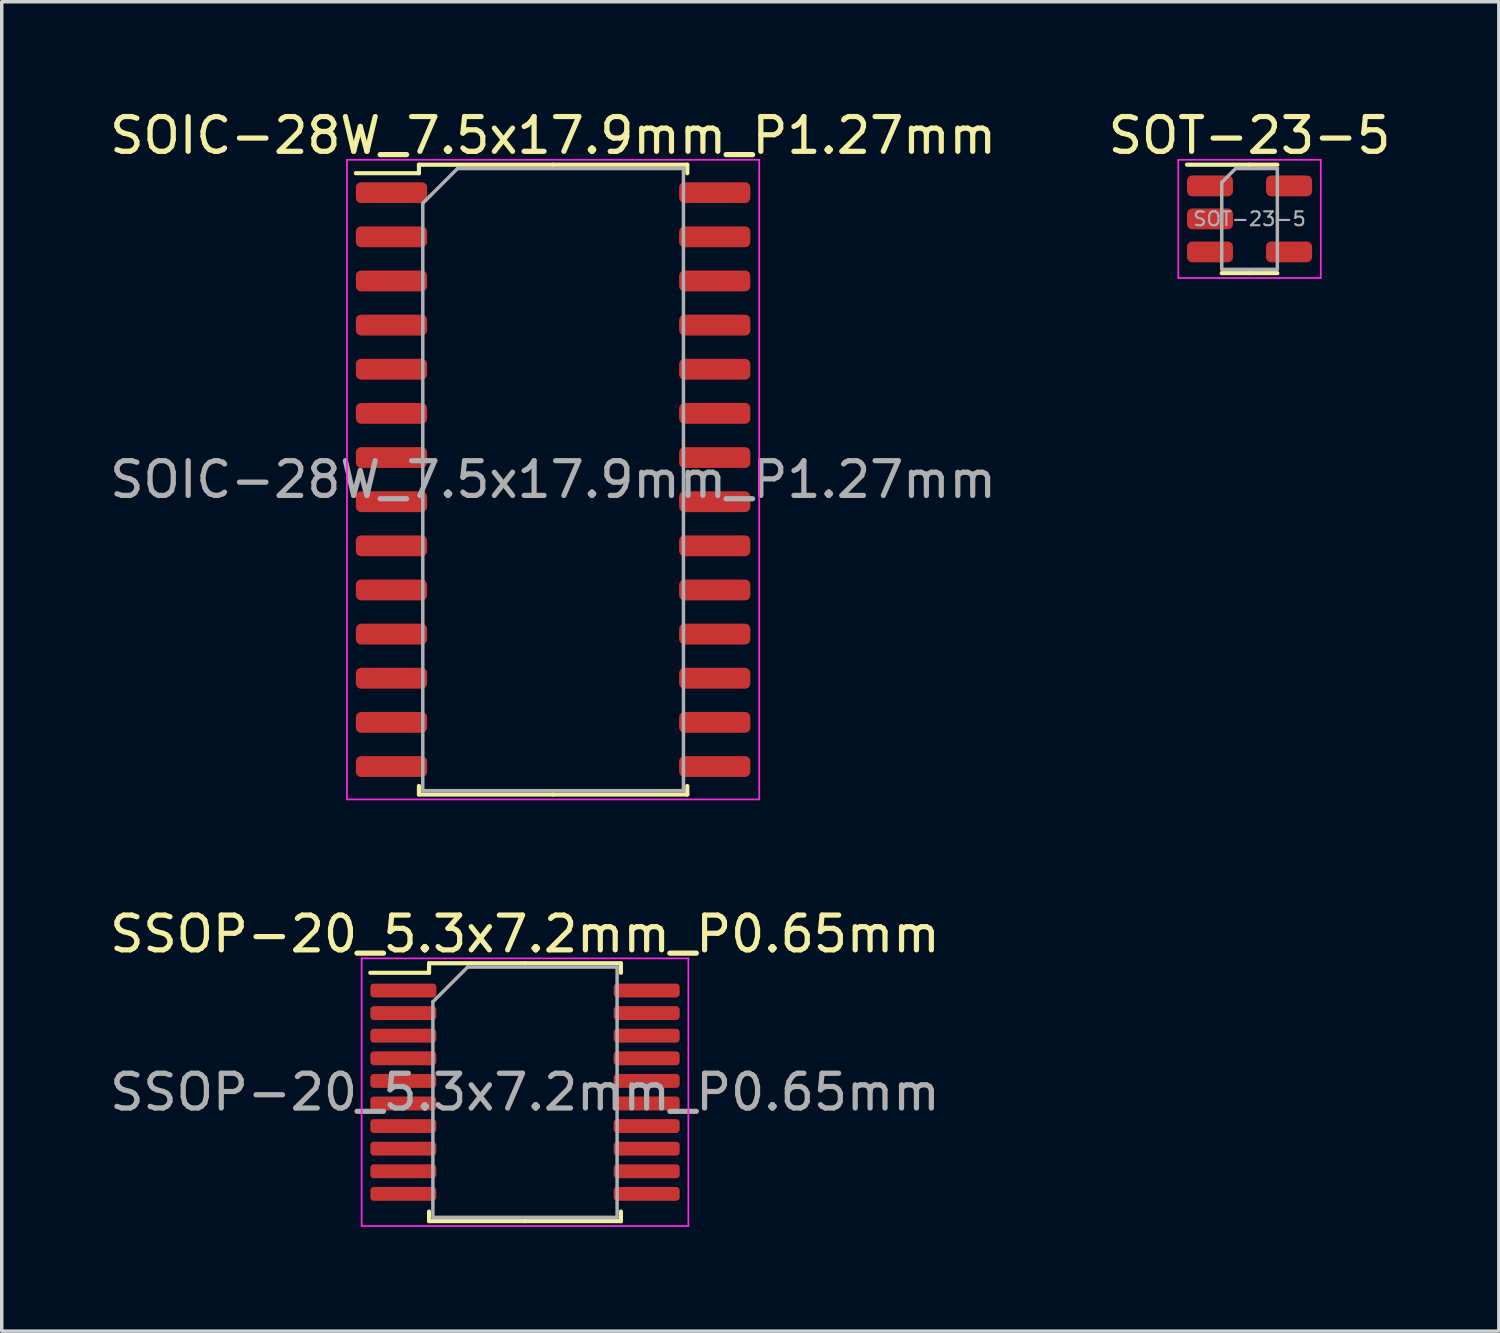
<source format=kicad_pcb>
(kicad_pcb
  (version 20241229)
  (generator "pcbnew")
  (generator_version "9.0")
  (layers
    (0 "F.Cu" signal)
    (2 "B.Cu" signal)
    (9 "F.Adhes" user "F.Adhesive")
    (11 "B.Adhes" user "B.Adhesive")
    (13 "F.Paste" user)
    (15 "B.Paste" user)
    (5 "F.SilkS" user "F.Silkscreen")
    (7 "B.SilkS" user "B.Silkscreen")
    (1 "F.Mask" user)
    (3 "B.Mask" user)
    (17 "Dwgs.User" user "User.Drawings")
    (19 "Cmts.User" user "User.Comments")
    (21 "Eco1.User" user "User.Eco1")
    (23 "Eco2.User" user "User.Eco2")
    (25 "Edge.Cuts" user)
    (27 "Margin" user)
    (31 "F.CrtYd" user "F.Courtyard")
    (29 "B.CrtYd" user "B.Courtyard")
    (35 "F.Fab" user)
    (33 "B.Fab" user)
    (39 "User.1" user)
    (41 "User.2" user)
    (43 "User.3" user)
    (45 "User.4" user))
  (footprint "SSOP-20_5.3x7.2mm_P0.65mm"
    (layer "F.Cu")
    (at 12.054 28.372)
    (property "Reference" "SSOP-20_5.3x7.2mm_P0.65mm" (at 0 -4.55 0) (layer "F.SilkS") (effects (font (size 1 1) (thickness 0.15))))
    (attr smd)
    (fp_line (start -2.76 -3.71) (end -2.76 -3.435) (stroke (width 0.12) (type solid)) (layer "F.SilkS"))
    (fp_line (start -2.76 -3.435) (end -4.45 -3.435) (stroke (width 0.12) (type solid)) (layer "F.SilkS"))
    (fp_line (start -2.76 3.71) (end -2.76 3.435) (stroke (width 0.12) (type solid)) (layer "F.SilkS"))
    (fp_line (start 0 -3.71) (end -2.76 -3.71) (stroke (width 0.12) (type solid)) (layer "F.SilkS"))
    (fp_line (start 0 -3.71) (end 2.76 -3.71) (stroke (width 0.12) (type solid)) (layer "F.SilkS"))
    (fp_line (start 0 3.71) (end -2.76 3.71) (stroke (width 0.12) (type solid)) (layer "F.SilkS"))
    (fp_line (start 0 3.71) (end 2.76 3.71) (stroke (width 0.12) (type solid)) (layer "F.SilkS"))
    (fp_line (start 2.76 -3.71) (end 2.76 -3.435) (stroke (width 0.12) (type solid)) (layer "F.SilkS"))
    (fp_line (start 2.76 3.71) (end 2.76 3.435) (stroke (width 0.12) (type solid)) (layer "F.SilkS"))
    (fp_line (start -4.7 -3.85) (end -4.7 3.85) (stroke (width 0.05) (type solid)) (layer "F.CrtYd"))
    (fp_line (start -4.7 3.85) (end 4.7 3.85) (stroke (width 0.05) (type solid)) (layer "F.CrtYd"))
    (fp_line (start 4.7 -3.85) (end -4.7 -3.85) (stroke (width 0.05) (type solid)) (layer "F.CrtYd"))
    (fp_line (start 4.7 3.85) (end 4.7 -3.85) (stroke (width 0.05) (type solid)) (layer "F.CrtYd"))
    (fp_line (start -2.65 -2.6) (end -1.65 -3.6) (stroke (width 0.1) (type solid)) (layer "F.Fab"))
    (fp_line (start -2.65 3.6) (end -2.65 -2.6) (stroke (width 0.1) (type solid)) (layer "F.Fab"))
    (fp_line (start -1.65 -3.6) (end 2.65 -3.6) (stroke (width 0.1) (type solid)) (layer "F.Fab"))
    (fp_line (start 2.65 -3.6) (end 2.65 3.6) (stroke (width 0.1) (type solid)) (layer "F.Fab"))
    (fp_line (start 2.65 3.6) (end -2.65 3.6) (stroke (width 0.1) (type solid)) (layer "F.Fab"))
    (fp_text user "${REFERENCE}" (at 0 0 0) (layer "F.Fab") (effects (font (size 1 1) (thickness 0.15))))
    (pad "1" smd roundrect (at -3.5 -2.925) (size 1.9 0.4) (layers "F.Cu" "F.Mask" "F.Paste") (roundrect_rratio 0.25))
    (pad "2" smd roundrect (at -3.5 -2.275) (size 1.9 0.4) (layers "F.Cu" "F.Mask" "F.Paste") (roundrect_rratio 0.25))
    (pad "3" smd roundrect (at -3.5 -1.625) (size 1.9 0.4) (layers "F.Cu" "F.Mask" "F.Paste") (roundrect_rratio 0.25))
    (pad "4" smd roundrect (at -3.5 -0.975) (size 1.9 0.4) (layers "F.Cu" "F.Mask" "F.Paste") (roundrect_rratio 0.25))
    (pad "5" smd roundrect (at -3.5 -0.325) (size 1.9 0.4) (layers "F.Cu" "F.Mask" "F.Paste") (roundrect_rratio 0.25))
    (pad "6" smd roundrect (at -3.5 0.325) (size 1.9 0.4) (layers "F.Cu" "F.Mask" "F.Paste") (roundrect_rratio 0.25))
    (pad "7" smd roundrect (at -3.5 0.975) (size 1.9 0.4) (layers "F.Cu" "F.Mask" "F.Paste") (roundrect_rratio 0.25))
    (pad "8" smd roundrect (at -3.5 1.625) (size 1.9 0.4) (layers "F.Cu" "F.Mask" "F.Paste") (roundrect_rratio 0.25))
    (pad "9" smd roundrect (at -3.5 2.275) (size 1.9 0.4) (layers "F.Cu" "F.Mask" "F.Paste") (roundrect_rratio 0.25))
    (pad "10" smd roundrect (at -3.5 2.925) (size 1.9 0.4) (layers "F.Cu" "F.Mask" "F.Paste") (roundrect_rratio 0.25))
    (pad "11" smd roundrect (at 3.5 2.925) (size 1.9 0.4) (layers "F.Cu" "F.Mask" "F.Paste") (roundrect_rratio 0.25))
    (pad "12" smd roundrect (at 3.5 2.275) (size 1.9 0.4) (layers "F.Cu" "F.Mask" "F.Paste") (roundrect_rratio 0.25))
    (pad "13" smd roundrect (at 3.5 1.625) (size 1.9 0.4) (layers "F.Cu" "F.Mask" "F.Paste") (roundrect_rratio 0.25))
    (pad "14" smd roundrect (at 3.5 0.975) (size 1.9 0.4) (layers "F.Cu" "F.Mask" "F.Paste") (roundrect_rratio 0.25))
    (pad "15" smd roundrect (at 3.5 0.325) (size 1.9 0.4) (layers "F.Cu" "F.Mask" "F.Paste") (roundrect_rratio 0.25))
    (pad "16" smd roundrect (at 3.5 -0.325) (size 1.9 0.4) (layers "F.Cu" "F.Mask" "F.Paste") (roundrect_rratio 0.25))
    (pad "17" smd roundrect (at 3.5 -0.975) (size 1.9 0.4) (layers "F.Cu" "F.Mask" "F.Paste") (roundrect_rratio 0.25))
    (pad "18" smd roundrect (at 3.5 -1.625) (size 1.9 0.4) (layers "F.Cu" "F.Mask" "F.Paste") (roundrect_rratio 0.25))
    (pad "19" smd roundrect (at 3.5 -2.275) (size 1.9 0.4) (layers "F.Cu" "F.Mask" "F.Paste") (roundrect_rratio 0.25))
    (pad "20" smd roundrect (at 3.5 -2.925) (size 1.9 0.4) (layers "F.Cu" "F.Mask" "F.Paste") (roundrect_rratio 0.25)))
  (footprint "SOT-23-5"
    (layer "F.Cu")
    (at 32.899 3.248)
    (property "Reference" "SOT-23-5" (at 0 -2.4 0) (layer "F.SilkS") (effects (font (size 1 1) (thickness 0.15))))
    (attr smd)
    (fp_line (start 0 -1.56) (end -1.8 -1.56) (stroke (width 0.12) (type solid)) (layer "F.SilkS"))
    (fp_line (start 0 -1.56) (end 0.8 -1.56) (stroke (width 0.12) (type solid)) (layer "F.SilkS"))
    (fp_line (start 0 1.56) (end -0.8 1.56) (stroke (width 0.12) (type solid)) (layer "F.SilkS"))
    (fp_line (start 0 1.56) (end 0.8 1.56) (stroke (width 0.12) (type solid)) (layer "F.SilkS"))
    (fp_line (start -2.05 -1.7) (end -2.05 1.7) (stroke (width 0.05) (type solid)) (layer "F.CrtYd"))
    (fp_line (start -2.05 1.7) (end 2.05 1.7) (stroke (width 0.05) (type solid)) (layer "F.CrtYd"))
    (fp_line (start 2.05 -1.7) (end -2.05 -1.7) (stroke (width 0.05) (type solid)) (layer "F.CrtYd"))
    (fp_line (start 2.05 1.7) (end 2.05 -1.7) (stroke (width 0.05) (type solid)) (layer "F.CrtYd"))
    (fp_line (start -0.8 -1.05) (end -0.4 -1.45) (stroke (width 0.1) (type solid)) (layer "F.Fab"))
    (fp_line (start -0.8 1.45) (end -0.8 -1.05) (stroke (width 0.1) (type solid)) (layer "F.Fab"))
    (fp_line (start -0.4 -1.45) (end 0.8 -1.45) (stroke (width 0.1) (type solid)) (layer "F.Fab"))
    (fp_line (start 0.8 -1.45) (end 0.8 1.45) (stroke (width 0.1) (type solid)) (layer "F.Fab"))
    (fp_line (start 0.8 1.45) (end -0.8 1.45) (stroke (width 0.1) (type solid)) (layer "F.Fab"))
    (fp_text user "${REFERENCE}" (at 0 0 0) (layer "F.Fab") (effects (font (size 0.4 0.4) (thickness 0.06))))
    (pad "1" smd roundrect (at -1.137 -0.95) (size 1.325 0.6) (layers "F.Cu" "F.Mask" "F.Paste") (roundrect_rratio 0.25))
    (pad "2" smd roundrect (at -1.137 0) (size 1.325 0.6) (layers "F.Cu" "F.Mask" "F.Paste") (roundrect_rratio 0.25))
    (pad "3" smd roundrect (at -1.137 0.95) (size 1.325 0.6) (layers "F.Cu" "F.Mask" "F.Paste") (roundrect_rratio 0.25))
    (pad "4" smd roundrect (at 1.137 0.95) (size 1.325 0.6) (layers "F.Cu" "F.Mask" "F.Paste") (roundrect_rratio 0.25))
    (pad "5" smd roundrect (at 1.137 -0.95) (size 1.325 0.6) (layers "F.Cu" "F.Mask" "F.Paste") (roundrect_rratio 0.25)))
  (footprint "SOIC-28W_7.5x17.9mm_P1.27mm"
    (layer "F.Cu")
    (at 12.863 10.748)
    (property "Reference" "SOIC-28W_7.5x17.9mm_P1.27mm" (at 0 -9.9 0) (layer "F.SilkS") (effects (font (size 1 1) (thickness 0.15))))
    (attr smd)
    (fp_line (start -3.86 -9.06) (end -3.86 -8.815) (stroke (width 0.12) (type solid)) (layer "F.SilkS"))
    (fp_line (start -3.86 -8.815) (end -5.675 -8.815) (stroke (width 0.12) (type solid)) (layer "F.SilkS"))
    (fp_line (start -3.86 9.06) (end -3.86 8.815) (stroke (width 0.12) (type solid)) (layer "F.SilkS"))
    (fp_line (start 0 -9.06) (end -3.86 -9.06) (stroke (width 0.12) (type solid)) (layer "F.SilkS"))
    (fp_line (start 0 -9.06) (end 3.86 -9.06) (stroke (width 0.12) (type solid)) (layer "F.SilkS"))
    (fp_line (start 0 9.06) (end -3.86 9.06) (stroke (width 0.12) (type solid)) (layer "F.SilkS"))
    (fp_line (start 0 9.06) (end 3.86 9.06) (stroke (width 0.12) (type solid)) (layer "F.SilkS"))
    (fp_line (start 3.86 -9.06) (end 3.86 -8.815) (stroke (width 0.12) (type solid)) (layer "F.SilkS"))
    (fp_line (start 3.86 9.06) (end 3.86 8.815) (stroke (width 0.12) (type solid)) (layer "F.SilkS"))
    (fp_line (start -5.93 -9.2) (end -5.93 9.2) (stroke (width 0.05) (type solid)) (layer "F.CrtYd"))
    (fp_line (start -5.93 9.2) (end 5.93 9.2) (stroke (width 0.05) (type solid)) (layer "F.CrtYd"))
    (fp_line (start 5.93 -9.2) (end -5.93 -9.2) (stroke (width 0.05) (type solid)) (layer "F.CrtYd"))
    (fp_line (start 5.93 9.2) (end 5.93 -9.2) (stroke (width 0.05) (type solid)) (layer "F.CrtYd"))
    (fp_line (start -3.75 -7.95) (end -2.75 -8.95) (stroke (width 0.1) (type solid)) (layer "F.Fab"))
    (fp_line (start -3.75 8.95) (end -3.75 -7.95) (stroke (width 0.1) (type solid)) (layer "F.Fab"))
    (fp_line (start -2.75 -8.95) (end 3.75 -8.95) (stroke (width 0.1) (type solid)) (layer "F.Fab"))
    (fp_line (start 3.75 -8.95) (end 3.75 8.95) (stroke (width 0.1) (type solid)) (layer "F.Fab"))
    (fp_line (start 3.75 8.95) (end -3.75 8.95) (stroke (width 0.1) (type solid)) (layer "F.Fab"))
    (fp_text user "${REFERENCE}" (at 0 0 0) (layer "F.Fab") (effects (font (size 1 1) (thickness 0.15))))
    (pad "1" smd roundrect (at -4.65 -8.255) (size 2.05 0.6) (layers "F.Cu" "F.Mask" "F.Paste") (roundrect_rratio 0.25))
    (pad "2" smd roundrect (at -4.65 -6.985) (size 2.05 0.6) (layers "F.Cu" "F.Mask" "F.Paste") (roundrect_rratio 0.25))
    (pad "3" smd roundrect (at -4.65 -5.715) (size 2.05 0.6) (layers "F.Cu" "F.Mask" "F.Paste") (roundrect_rratio 0.25))
    (pad "4" smd roundrect (at -4.65 -4.445) (size 2.05 0.6) (layers "F.Cu" "F.Mask" "F.Paste") (roundrect_rratio 0.25))
    (pad "5" smd roundrect (at -4.65 -3.175) (size 2.05 0.6) (layers "F.Cu" "F.Mask" "F.Paste") (roundrect_rratio 0.25))
    (pad "6" smd roundrect (at -4.65 -1.905) (size 2.05 0.6) (layers "F.Cu" "F.Mask" "F.Paste") (roundrect_rratio 0.25))
    (pad "7" smd roundrect (at -4.65 -0.635) (size 2.05 0.6) (layers "F.Cu" "F.Mask" "F.Paste") (roundrect_rratio 0.25))
    (pad "8" smd roundrect (at -4.65 0.635) (size 2.05 0.6) (layers "F.Cu" "F.Mask" "F.Paste") (roundrect_rratio 0.25))
    (pad "9" smd roundrect (at -4.65 1.905) (size 2.05 0.6) (layers "F.Cu" "F.Mask" "F.Paste") (roundrect_rratio 0.25))
    (pad "10" smd roundrect (at -4.65 3.175) (size 2.05 0.6) (layers "F.Cu" "F.Mask" "F.Paste") (roundrect_rratio 0.25))
    (pad "11" smd roundrect (at -4.65 4.445) (size 2.05 0.6) (layers "F.Cu" "F.Mask" "F.Paste") (roundrect_rratio 0.25))
    (pad "12" smd roundrect (at -4.65 5.715) (size 2.05 0.6) (layers "F.Cu" "F.Mask" "F.Paste") (roundrect_rratio 0.25))
    (pad "13" smd roundrect (at -4.65 6.985) (size 2.05 0.6) (layers "F.Cu" "F.Mask" "F.Paste") (roundrect_rratio 0.25))
    (pad "14" smd roundrect (at -4.65 8.255) (size 2.05 0.6) (layers "F.Cu" "F.Mask" "F.Paste") (roundrect_rratio 0.25))
    (pad "15" smd roundrect (at 4.65 8.255) (size 2.05 0.6) (layers "F.Cu" "F.Mask" "F.Paste") (roundrect_rratio 0.25))
    (pad "16" smd roundrect (at 4.65 6.985) (size 2.05 0.6) (layers "F.Cu" "F.Mask" "F.Paste") (roundrect_rratio 0.25))
    (pad "17" smd roundrect (at 4.65 5.715) (size 2.05 0.6) (layers "F.Cu" "F.Mask" "F.Paste") (roundrect_rratio 0.25))
    (pad "18" smd roundrect (at 4.65 4.445) (size 2.05 0.6) (layers "F.Cu" "F.Mask" "F.Paste") (roundrect_rratio 0.25))
    (pad "19" smd roundrect (at 4.65 3.175) (size 2.05 0.6) (layers "F.Cu" "F.Mask" "F.Paste") (roundrect_rratio 0.25))
    (pad "20" smd roundrect (at 4.65 1.905) (size 2.05 0.6) (layers "F.Cu" "F.Mask" "F.Paste") (roundrect_rratio 0.25))
    (pad "21" smd roundrect (at 4.65 0.635) (size 2.05 0.6) (layers "F.Cu" "F.Mask" "F.Paste") (roundrect_rratio 0.25))
    (pad "22" smd roundrect (at 4.65 -0.635) (size 2.05 0.6) (layers "F.Cu" "F.Mask" "F.Paste") (roundrect_rratio 0.25))
    (pad "23" smd roundrect (at 4.65 -1.905) (size 2.05 0.6) (layers "F.Cu" "F.Mask" "F.Paste") (roundrect_rratio 0.25))
    (pad "24" smd roundrect (at 4.65 -3.175) (size 2.05 0.6) (layers "F.Cu" "F.Mask" "F.Paste") (roundrect_rratio 0.25))
    (pad "25" smd roundrect (at 4.65 -4.445) (size 2.05 0.6) (layers "F.Cu" "F.Mask" "F.Paste") (roundrect_rratio 0.25))
    (pad "26" smd roundrect (at 4.65 -5.715) (size 2.05 0.6) (layers "F.Cu" "F.Mask" "F.Paste") (roundrect_rratio 0.25))
    (pad "27" smd roundrect (at 4.65 -6.985) (size 2.05 0.6) (layers "F.Cu" "F.Mask" "F.Paste") (roundrect_rratio 0.25))
    (pad "28" smd roundrect (at 4.65 -8.255) (size 2.05 0.6) (layers "F.Cu" "F.Mask" "F.Paste") (roundrect_rratio 0.25)))
  (gr_rect
    (start -3 -3)
    (end 40.071 35.246)
    (stroke (width 0.1) (type default))
    (fill no)
    (layer "Edge.Cuts")))
</source>
